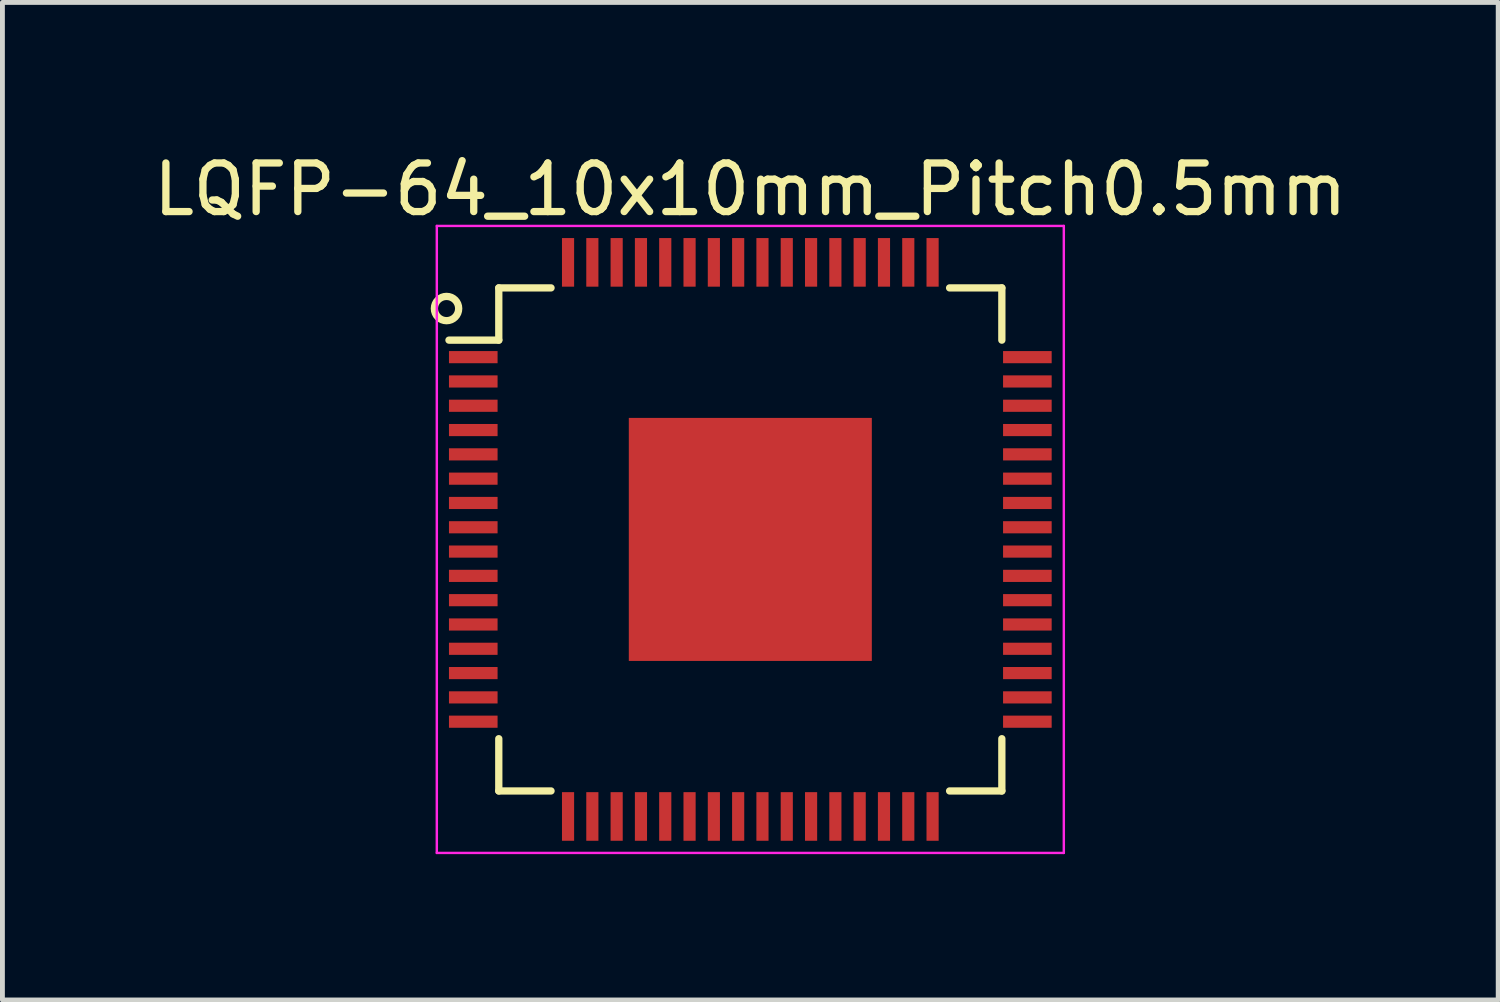
<source format=kicad_pcb>
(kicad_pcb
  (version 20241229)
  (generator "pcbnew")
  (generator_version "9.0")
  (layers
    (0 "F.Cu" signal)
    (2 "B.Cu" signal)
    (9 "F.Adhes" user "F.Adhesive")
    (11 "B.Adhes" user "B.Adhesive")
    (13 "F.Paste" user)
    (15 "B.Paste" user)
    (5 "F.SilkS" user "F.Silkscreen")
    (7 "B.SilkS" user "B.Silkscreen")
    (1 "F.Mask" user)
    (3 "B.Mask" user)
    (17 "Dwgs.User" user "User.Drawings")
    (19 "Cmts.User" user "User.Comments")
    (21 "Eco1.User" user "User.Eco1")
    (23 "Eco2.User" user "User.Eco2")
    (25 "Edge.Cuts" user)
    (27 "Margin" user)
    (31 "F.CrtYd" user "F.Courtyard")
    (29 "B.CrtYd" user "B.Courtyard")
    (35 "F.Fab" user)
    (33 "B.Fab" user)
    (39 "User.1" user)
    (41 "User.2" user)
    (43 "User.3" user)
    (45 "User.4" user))
  (footprint "LQFP-64_10x10mm_Pitch0.5mm"
    (layer "F.Cu")
    (at 12.387 8.048)
    (property "Reference" "LQFP-64_10x10mm_Pitch0.5mm" (at 0 -7.2 0) (layer "F.SilkS") (effects (font (size 1 1) (thickness 0.15))))
    (attr smd)
    (fp_line (start -5.175 -5.175) (end -5.175 -4.1) (stroke (width 0.15) (type solid)) (layer "F.SilkS"))
    (fp_line (start -5.175 -5.175) (end -4.1 -5.175) (stroke (width 0.15) (type solid)) (layer "F.SilkS"))
    (fp_line (start -5.175 -4.1) (end -6.2 -4.1) (stroke (width 0.15) (type solid)) (layer "F.SilkS"))
    (fp_line (start -5.175 5.175) (end -5.175 4.1) (stroke (width 0.15) (type solid)) (layer "F.SilkS"))
    (fp_line (start -5.175 5.175) (end -4.1 5.175) (stroke (width 0.15) (type solid)) (layer "F.SilkS"))
    (fp_line (start 5.175 -5.175) (end 4.1 -5.175) (stroke (width 0.15) (type solid)) (layer "F.SilkS"))
    (fp_line (start 5.175 -5.175) (end 5.175 -4.1) (stroke (width 0.15) (type solid)) (layer "F.SilkS"))
    (fp_line (start 5.175 5.175) (end 4.1 5.175) (stroke (width 0.15) (type solid)) (layer "F.SilkS"))
    (fp_line (start 5.175 5.175) (end 5.175 4.1) (stroke (width 0.15) (type solid)) (layer "F.SilkS"))
    (fp_circle (center -6.25 -4.75) (end -6.25 -5) (stroke (width 0.15) (type solid)) (fill no) (layer "F.SilkS"))
    (fp_line (start -6.45 -6.45) (end -6.45 6.45) (stroke (width 0.05) (type solid)) (layer "F.CrtYd"))
    (fp_line (start -6.45 -6.45) (end 6.45 -6.45) (stroke (width 0.05) (type solid)) (layer "F.CrtYd"))
    (fp_line (start -6.45 6.45) (end 6.45 6.45) (stroke (width 0.05) (type solid)) (layer "F.CrtYd"))
    (fp_line (start 6.45 -6.45) (end 6.45 6.45) (stroke (width 0.05) (type solid)) (layer "F.CrtYd"))
    (pad "1" smd rect (at -5.7 -3.75) (size 1 0.25) (layers "F.Cu" "F.Mask" "F.Paste"))
    (pad "2" smd rect (at -5.7 -3.25) (size 1 0.25) (layers "F.Cu" "F.Mask" "F.Paste"))
    (pad "3" smd rect (at -5.7 -2.75) (size 1 0.25) (layers "F.Cu" "F.Mask" "F.Paste"))
    (pad "4" smd rect (at -5.7 -2.25) (size 1 0.25) (layers "F.Cu" "F.Mask" "F.Paste"))
    (pad "5" smd rect (at -5.7 -1.75) (size 1 0.25) (layers "F.Cu" "F.Mask" "F.Paste"))
    (pad "6" smd rect (at -5.7 -1.25) (size 1 0.25) (layers "F.Cu" "F.Mask" "F.Paste"))
    (pad "7" smd rect (at -5.7 -0.75) (size 1 0.25) (layers "F.Cu" "F.Mask" "F.Paste"))
    (pad "8" smd rect (at -5.7 -0.25) (size 1 0.25) (layers "F.Cu" "F.Mask" "F.Paste"))
    (pad "9" smd rect (at -5.7 0.25) (size 1 0.25) (layers "F.Cu" "F.Mask" "F.Paste"))
    (pad "10" smd rect (at -5.7 0.75) (size 1 0.25) (layers "F.Cu" "F.Mask" "F.Paste"))
    (pad "11" smd rect (at -5.7 1.25) (size 1 0.25) (layers "F.Cu" "F.Mask" "F.Paste"))
    (pad "12" smd rect (at -5.7 1.75) (size 1 0.25) (layers "F.Cu" "F.Mask" "F.Paste"))
    (pad "13" smd rect (at -5.7 2.25) (size 1 0.25) (layers "F.Cu" "F.Mask" "F.Paste"))
    (pad "14" smd rect (at -5.7 2.75) (size 1 0.25) (layers "F.Cu" "F.Mask" "F.Paste"))
    (pad "15" smd rect (at -5.7 3.25) (size 1 0.25) (layers "F.Cu" "F.Mask" "F.Paste"))
    (pad "16" smd rect (at -5.7 3.75) (size 1 0.25) (layers "F.Cu" "F.Mask" "F.Paste"))
    (pad "17" smd rect (at -3.75 5.7 90) (size 1 0.25) (layers "F.Cu" "F.Mask" "F.Paste"))
    (pad "18" smd rect (at -3.25 5.7 90) (size 1 0.25) (layers "F.Cu" "F.Mask" "F.Paste"))
    (pad "19" smd rect (at -2.75 5.7 90) (size 1 0.25) (layers "F.Cu" "F.Mask" "F.Paste"))
    (pad "20" smd rect (at -2.25 5.7 90) (size 1 0.25) (layers "F.Cu" "F.Mask" "F.Paste"))
    (pad "21" smd rect (at -1.75 5.7 90) (size 1 0.25) (layers "F.Cu" "F.Mask" "F.Paste"))
    (pad "22" smd rect (at -1.25 5.7 90) (size 1 0.25) (layers "F.Cu" "F.Mask" "F.Paste"))
    (pad "23" smd rect (at -0.75 5.7 90) (size 1 0.25) (layers "F.Cu" "F.Mask" "F.Paste"))
    (pad "24" smd rect (at -0.25 5.7 90) (size 1 0.25) (layers "F.Cu" "F.Mask" "F.Paste"))
    (pad "25" smd rect (at 0.25 5.7 90) (size 1 0.25) (layers "F.Cu" "F.Mask" "F.Paste"))
    (pad "26" smd rect (at 0.75 5.7 90) (size 1 0.25) (layers "F.Cu" "F.Mask" "F.Paste"))
    (pad "27" smd rect (at 1.25 5.7 90) (size 1 0.25) (layers "F.Cu" "F.Mask" "F.Paste"))
    (pad "28" smd rect (at 1.75 5.7 90) (size 1 0.25) (layers "F.Cu" "F.Mask" "F.Paste"))
    (pad "29" smd rect (at 2.25 5.7 90) (size 1 0.25) (layers "F.Cu" "F.Mask" "F.Paste"))
    (pad "30" smd rect (at 2.75 5.7 90) (size 1 0.25) (layers "F.Cu" "F.Mask" "F.Paste"))
    (pad "31" smd rect (at 3.25 5.7 90) (size 1 0.25) (layers "F.Cu" "F.Mask" "F.Paste"))
    (pad "32" smd rect (at 3.75 5.7 90) (size 1 0.25) (layers "F.Cu" "F.Mask" "F.Paste"))
    (pad "33" smd rect (at 5.7 3.75) (size 1 0.25) (layers "F.Cu" "F.Mask" "F.Paste"))
    (pad "34" smd rect (at 5.7 3.25) (size 1 0.25) (layers "F.Cu" "F.Mask" "F.Paste"))
    (pad "35" smd rect (at 5.7 2.75) (size 1 0.25) (layers "F.Cu" "F.Mask" "F.Paste"))
    (pad "36" smd rect (at 5.7 2.25) (size 1 0.25) (layers "F.Cu" "F.Mask" "F.Paste"))
    (pad "37" smd rect (at 5.7 1.75) (size 1 0.25) (layers "F.Cu" "F.Mask" "F.Paste"))
    (pad "38" smd rect (at 5.7 1.25) (size 1 0.25) (layers "F.Cu" "F.Mask" "F.Paste"))
    (pad "39" smd rect (at 5.7 0.75) (size 1 0.25) (layers "F.Cu" "F.Mask" "F.Paste"))
    (pad "40" smd rect (at 5.7 0.25) (size 1 0.25) (layers "F.Cu" "F.Mask" "F.Paste"))
    (pad "41" smd rect (at 5.7 -0.25) (size 1 0.25) (layers "F.Cu" "F.Mask" "F.Paste"))
    (pad "42" smd rect (at 5.7 -0.75) (size 1 0.25) (layers "F.Cu" "F.Mask" "F.Paste"))
    (pad "43" smd rect (at 5.7 -1.25) (size 1 0.25) (layers "F.Cu" "F.Mask" "F.Paste"))
    (pad "44" smd rect (at 5.7 -1.75) (size 1 0.25) (layers "F.Cu" "F.Mask" "F.Paste"))
    (pad "45" smd rect (at 5.7 -2.25) (size 1 0.25) (layers "F.Cu" "F.Mask" "F.Paste"))
    (pad "46" smd rect (at 5.7 -2.75) (size 1 0.25) (layers "F.Cu" "F.Mask" "F.Paste"))
    (pad "47" smd rect (at 5.7 -3.25) (size 1 0.25) (layers "F.Cu" "F.Mask" "F.Paste"))
    (pad "48" smd rect (at 5.7 -3.75) (size 1 0.25) (layers "F.Cu" "F.Mask" "F.Paste"))
    (pad "49" smd rect (at 3.75 -5.7 90) (size 1 0.25) (layers "F.Cu" "F.Mask" "F.Paste"))
    (pad "50" smd rect (at 3.25 -5.7 90) (size 1 0.25) (layers "F.Cu" "F.Mask" "F.Paste"))
    (pad "51" smd rect (at 2.75 -5.7 90) (size 1 0.25) (layers "F.Cu" "F.Mask" "F.Paste"))
    (pad "52" smd rect (at 2.25 -5.7 90) (size 1 0.25) (layers "F.Cu" "F.Mask" "F.Paste"))
    (pad "53" smd rect (at 1.75 -5.7 90) (size 1 0.25) (layers "F.Cu" "F.Mask" "F.Paste"))
    (pad "54" smd rect (at 1.25 -5.7 90) (size 1 0.25) (layers "F.Cu" "F.Mask" "F.Paste"))
    (pad "55" smd rect (at 0.75 -5.7 90) (size 1 0.25) (layers "F.Cu" "F.Mask" "F.Paste"))
    (pad "56" smd rect (at 0.25 -5.7 90) (size 1 0.25) (layers "F.Cu" "F.Mask" "F.Paste"))
    (pad "57" smd rect (at -0.25 -5.7 90) (size 1 0.25) (layers "F.Cu" "F.Mask" "F.Paste"))
    (pad "58" smd rect (at -0.75 -5.7 90) (size 1 0.25) (layers "F.Cu" "F.Mask" "F.Paste"))
    (pad "59" smd rect (at -1.25 -5.7 90) (size 1 0.25) (layers "F.Cu" "F.Mask" "F.Paste"))
    (pad "60" smd rect (at -1.75 -5.7 90) (size 1 0.25) (layers "F.Cu" "F.Mask" "F.Paste"))
    (pad "61" smd rect (at -2.25 -5.7 90) (size 1 0.25) (layers "F.Cu" "F.Mask" "F.Paste"))
    (pad "62" smd rect (at -2.75 -5.7 90) (size 1 0.25) (layers "F.Cu" "F.Mask" "F.Paste"))
    (pad "63" smd rect (at -3.25 -5.7 90) (size 1 0.25) (layers "F.Cu" "F.Mask" "F.Paste"))
    (pad "64" smd rect (at -3.75 -5.7 90) (size 1 0.25) (layers "F.Cu" "F.Mask" "F.Paste"))
    (pad "65" smd rect (at 0 0) (size 5 5) (layers "F.Cu" "F.Mask" "F.Paste")))
  (gr_rect
    (start -3 -3)
    (end 27.774 17.523)
    (stroke (width 0.1) (type default))
    (fill no)
    (layer "Edge.Cuts")))
</source>
